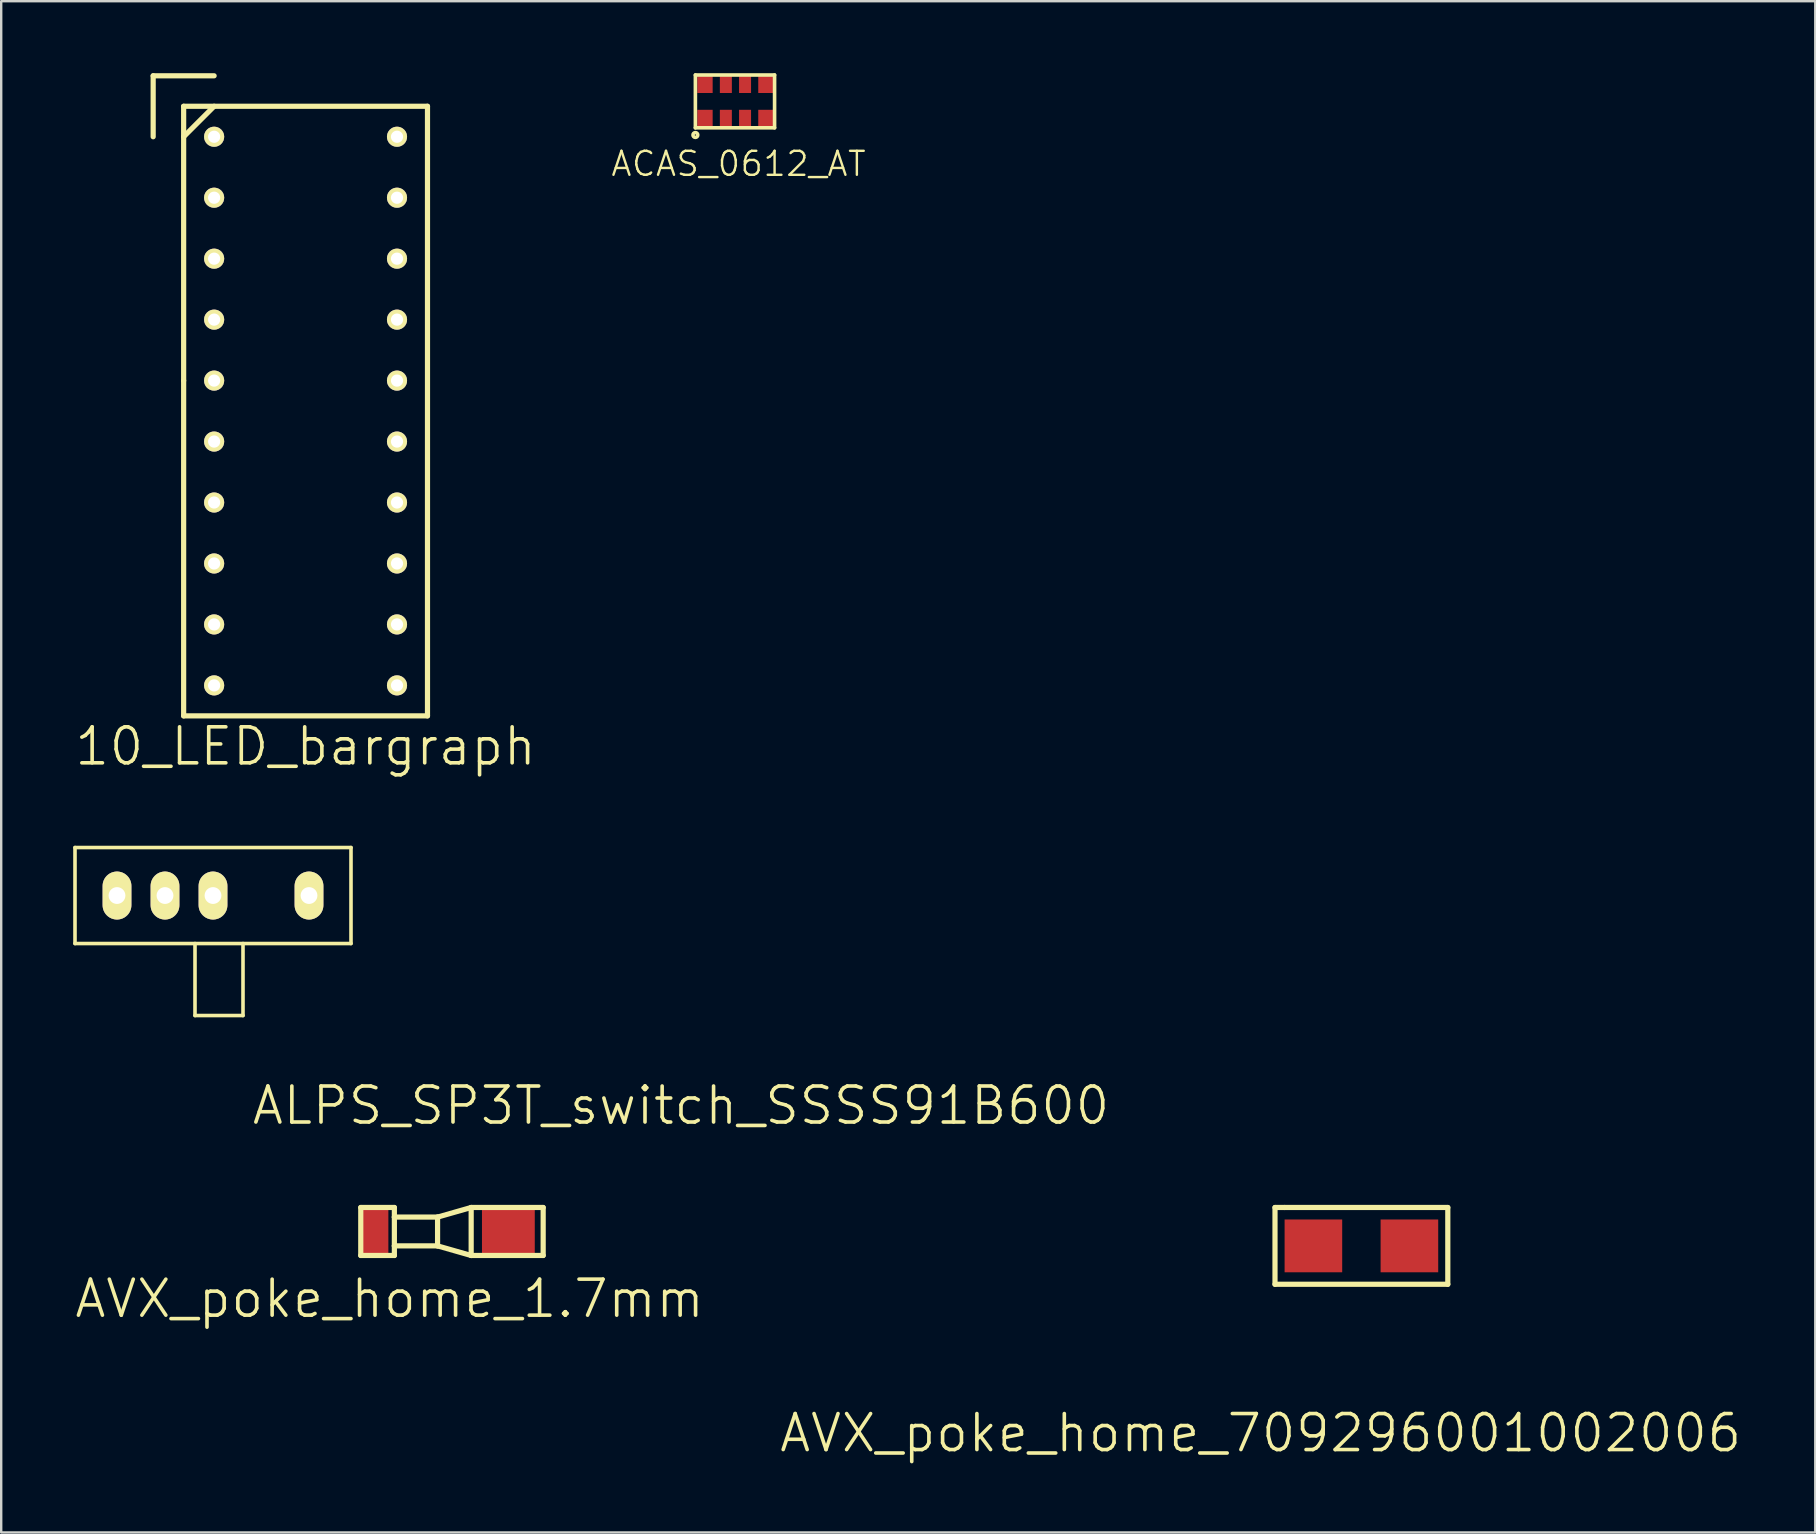
<source format=kicad_pcb>
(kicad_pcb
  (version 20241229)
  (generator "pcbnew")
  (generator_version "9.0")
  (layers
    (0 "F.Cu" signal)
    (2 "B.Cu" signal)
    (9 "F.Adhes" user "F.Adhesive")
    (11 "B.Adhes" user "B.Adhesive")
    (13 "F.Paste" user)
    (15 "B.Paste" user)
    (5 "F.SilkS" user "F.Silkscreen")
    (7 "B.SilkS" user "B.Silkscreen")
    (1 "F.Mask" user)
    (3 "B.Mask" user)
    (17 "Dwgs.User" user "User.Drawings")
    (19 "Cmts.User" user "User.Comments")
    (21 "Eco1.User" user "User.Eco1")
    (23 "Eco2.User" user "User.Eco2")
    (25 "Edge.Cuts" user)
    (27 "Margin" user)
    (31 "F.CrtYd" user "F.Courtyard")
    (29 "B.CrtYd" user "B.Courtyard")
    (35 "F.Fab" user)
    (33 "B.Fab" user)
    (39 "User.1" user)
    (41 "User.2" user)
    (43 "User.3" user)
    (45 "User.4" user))
  (footprint "ALPS_SP3T_switch_SSSS91B600"
    (layer "F.Cu")
    (at 5.825 34.264)
    (property "Reference" "ALPS_SP3T_switch_SSSS91B600" (at 19.5 8.75 0) (layer "F.SilkS") (effects (font (size 1.5 1.5) (thickness 0.15))))
    (attr through_hole)
    (fp_line (start -5.75 -2) (end -5.75 2) (stroke (width 0.15) (type solid)) (layer "F.SilkS"))
    (fp_line (start -0.75 2) (end -0.75 5) (stroke (width 0.15) (type solid)) (layer "F.SilkS"))
    (fp_line (start -0.75 5) (end 1.25 5) (stroke (width 0.15) (type solid)) (layer "F.SilkS"))
    (fp_line (start 1.25 5) (end 1.25 2) (stroke (width 0.15) (type solid)) (layer "F.SilkS"))
    (fp_line (start 5.75 -2) (end -5.75 -2) (stroke (width 0.15) (type solid)) (layer "F.SilkS"))
    (fp_line (start 5.75 -2) (end 5.75 2) (stroke (width 0.15) (type solid)) (layer "F.SilkS"))
    (fp_line (start 5.75 2) (end -5.75 2) (stroke (width 0.15) (type solid)) (layer "F.SilkS"))
    (pad "1" thru_hole oval (at -4 0) (size 1.2 2) (drill 0.7) (layers "*.Cu" "*.Mask" "F.SilkS"))
    (pad "2" thru_hole oval (at -2 0) (size 1.2 2) (drill 0.7) (layers "*.Cu" "*.Mask" "F.SilkS"))
    (pad "3" thru_hole oval (at 0 0) (size 1.2 2) (drill 0.7) (layers "*.Cu" "*.Mask" "F.SilkS"))
    (pad "4" thru_hole oval (at 4 0) (size 1.2 2) (drill 0.7) (layers "*.Cu" "*.Mask" "F.SilkS")))
  (footprint "AVX_poke_home_1.7mm"
    (layer "F.Cu")
    (at 12.582 48.262)
    (property "Reference" "AVX_poke_home_1.7mm" (at 0.6 2.8 0) (layer "F.SilkS") (effects (font (size 1.5 1.5) (thickness 0.15))))
    (attr through_hole)
    (fp_line (start -0.6 -1) (end -0.6 1) (stroke (width 0.216) (type solid)) (layer "F.SilkS"))
    (fp_line (start -0.6 1) (end 0.8 1) (stroke (width 0.216) (type solid)) (layer "F.SilkS"))
    (fp_line (start 0.8 -1) (end -0.6 -1) (stroke (width 0.216) (type solid)) (layer "F.SilkS"))
    (fp_line (start 0.8 -0.6) (end 0.8 -1) (stroke (width 0.216) (type solid)) (layer "F.SilkS"))
    (fp_line (start 0.8 -0.6) (end 2.6 -0.6) (stroke (width 0.216) (type solid)) (layer "F.SilkS"))
    (fp_line (start 0.8 0.6) (end 0.8 -0.6) (stroke (width 0.216) (type solid)) (layer "F.SilkS"))
    (fp_line (start 0.8 1) (end 0.8 0.6) (stroke (width 0.216) (type solid)) (layer "F.SilkS"))
    (fp_line (start 2.6 -0.6) (end 2.6 0.6) (stroke (width 0.216) (type solid)) (layer "F.SilkS"))
    (fp_line (start 2.6 0.6) (end 0.8 0.6) (stroke (width 0.216) (type solid)) (layer "F.SilkS"))
    (fp_line (start 4 -1) (end 2.6 -0.6) (stroke (width 0.216) (type solid)) (layer "F.SilkS"))
    (fp_line (start 4 -1) (end 7 -1) (stroke (width 0.216) (type solid)) (layer "F.SilkS"))
    (fp_line (start 4 1) (end 2.6 0.6) (stroke (width 0.216) (type solid)) (layer "F.SilkS"))
    (fp_line (start 4 1) (end 4 -1) (stroke (width 0.216) (type solid)) (layer "F.SilkS"))
    (fp_line (start 7 -1) (end 7 1) (stroke (width 0.216) (type solid)) (layer "F.SilkS"))
    (fp_line (start 7 1) (end 4 1) (stroke (width 0.216) (type solid)) (layer "F.SilkS"))
    (pad "1" smd rect (at 0 0) (size 1.1 1.8) (layers "F.Cu" "F.Mask" "F.Paste"))
    (pad "1" smd rect (at 5.55 0) (size 2.2 1.8) (layers "F.Cu" "F.Mask" "F.Paste")))
  (footprint "AVX_poke_home_709296001002006"
    (layer "F.Cu")
    (at 51.675 48.862)
    (property "Reference" "AVX_poke_home_709296001002006" (at -2.2 7.8 0) (layer "F.SilkS") (effects (font (size 1.5 1.5) (thickness 0.15))))
    (attr through_hole)
    (fp_line (start -1.6 -1.6) (end -1.6 1.6) (stroke (width 0.216) (type solid)) (layer "F.SilkS"))
    (fp_line (start -1.6 1.6) (end 5.6 1.6) (stroke (width 0.216) (type solid)) (layer "F.SilkS"))
    (fp_line (start -1.2 -1.6) (end -1.6 -1.6) (stroke (width 0.216) (type solid)) (layer "F.SilkS"))
    (fp_line (start 5.6 -1.6) (end -1.2 -1.6) (stroke (width 0.216) (type solid)) (layer "F.SilkS"))
    (fp_line (start 5.6 1.6) (end 5.6 -1.6) (stroke (width 0.216) (type solid)) (layer "F.SilkS"))
    (pad "1" smd rect (at 0 0) (size 2.4 2.2) (layers "F.Cu" "F.Mask" "F.Paste"))
    (pad "1" smd rect (at 4 0) (size 2.4 2.2) (layers "F.Cu" "F.Mask" "F.Paste")))
  (footprint "ACAS_0612_AT"
    (layer "F.Cu")
    (at 26.324 1.875)
    (property "Reference" "ACAS_0612_AT" (at 1.4 1.9 0) (layer "F.SilkS") (effects (font (size 1 1) (thickness 0.1))))
    (attr through_hole)
    (fp_line (start -0.4 -1.8) (end 2.9 -1.8) (stroke (width 0.15) (type solid)) (layer "F.SilkS"))
    (fp_line (start -0.4 0.4) (end -0.4 -1.8) (stroke (width 0.15) (type solid)) (layer "F.SilkS"))
    (fp_line (start 2.9 -1.8) (end 2.9 0.4) (stroke (width 0.15) (type solid)) (layer "F.SilkS"))
    (fp_line (start 2.9 0.4) (end -0.4 0.4) (stroke (width 0.15) (type solid)) (layer "F.SilkS"))
    (fp_circle (center -0.4 0.7) (end -0.5 0.7) (stroke (width 0.15) (type solid)) (fill no) (layer "F.SilkS"))
    (pad "1" smd rect (at 0 0) (size 0.64 0.7) (layers "F.Cu" "F.Mask" "F.Paste"))
    (pad "2" smd rect (at 0.87 0) (size 0.5 0.7) (layers "F.Cu" "F.Mask" "F.Paste"))
    (pad "3" smd rect (at 1.67 0) (size 0.5 0.7) (layers "F.Cu" "F.Mask" "F.Paste"))
    (pad "4" smd rect (at 2.54 0) (size 0.64 0.7) (layers "F.Cu" "F.Mask" "F.Paste"))
    (pad "5" smd rect (at 2.54 -1.4) (size 0.64 0.7) (layers "F.Cu" "F.Mask" "F.Paste"))
    (pad "6" smd rect (at 1.67 -1.4) (size 0.5 0.7) (layers "F.Cu" "F.Mask" "F.Paste"))
    (pad "7" smd rect (at 0.87 -1.4) (size 0.5 0.7) (layers "F.Cu" "F.Mask" "F.Paste"))
    (pad "8" smd rect (at 0 -1.4) (size 0.64 0.7) (layers "F.Cu" "F.Mask" "F.Paste")))
  (footprint "10_LED_bargraph"
    (layer "F.Cu")
    (at 9.682 12.808)
    (property "Reference" "10_LED_bargraph" (at 0 15.24 0) (layer "F.SilkS") (effects (font (size 1.5 1.5) (thickness 0.15))))
    (attr through_hole)
    (fp_line (start -6.35 -12.7) (end -6.35 -10.16) (stroke (width 0.216) (type solid)) (layer "F.SilkS"))
    (fp_line (start -5.08 -11.43) (end 5.08 -11.43) (stroke (width 0.216) (type solid)) (layer "F.SilkS"))
    (fp_line (start -5.08 -10.16) (end -3.81 -11.43) (stroke (width 0.216) (type solid)) (layer "F.SilkS"))
    (fp_line (start -5.08 0) (end -5.08 -11.43) (stroke (width 0.216) (type solid)) (layer "F.SilkS"))
    (fp_line (start -5.08 13.97) (end -5.08 0) (stroke (width 0.216) (type solid)) (layer "F.SilkS"))
    (fp_line (start -3.81 -12.7) (end -6.35 -12.7) (stroke (width 0.216) (type solid)) (layer "F.SilkS"))
    (fp_line (start 5.08 -11.43) (end 5.08 13.97) (stroke (width 0.216) (type solid)) (layer "F.SilkS"))
    (fp_line (start 5.08 13.97) (end -5.08 13.97) (stroke (width 0.216) (type solid)) (layer "F.SilkS"))
    (pad "1" thru_hole circle (at -3.81 -10.16) (size 0.838 0.838) (drill 0.508) (layers "*.Cu" "*.Mask" "F.SilkS"))
    (pad "2" thru_hole circle (at -3.81 -7.62) (size 0.838 0.838) (drill 0.508) (layers "*.Cu" "*.Mask" "F.SilkS"))
    (pad "3" thru_hole circle (at -3.81 -5.08) (size 0.838 0.838) (drill 0.508) (layers "*.Cu" "*.Mask" "F.SilkS"))
    (pad "4" thru_hole circle (at -3.81 -2.54) (size 0.838 0.838) (drill 0.508) (layers "*.Cu" "*.Mask" "F.SilkS"))
    (pad "5" thru_hole circle (at -3.81 0) (size 0.838 0.838) (drill 0.508) (layers "*.Cu" "*.Mask" "F.SilkS"))
    (pad "6" thru_hole circle (at -3.81 2.54) (size 0.838 0.838) (drill 0.508) (layers "*.Cu" "*.Mask" "F.SilkS"))
    (pad "7" thru_hole circle (at -3.81 5.08) (size 0.838 0.838) (drill 0.508) (layers "*.Cu" "*.Mask" "F.SilkS"))
    (pad "8" thru_hole circle (at -3.81 7.62) (size 0.838 0.838) (drill 0.508) (layers "*.Cu" "*.Mask" "F.SilkS"))
    (pad "9" thru_hole circle (at -3.81 10.16) (size 0.838 0.838) (drill 0.508) (layers "*.Cu" "*.Mask" "F.SilkS"))
    (pad "10" thru_hole circle (at -3.81 12.7) (size 0.838 0.838) (drill 0.508) (layers "*.Cu" "*.Mask" "F.SilkS"))
    (pad "11" thru_hole circle (at 3.81 12.7) (size 0.838 0.838) (drill 0.508) (layers "*.Cu" "*.Mask" "F.SilkS"))
    (pad "12" thru_hole circle (at 3.81 10.16) (size 0.838 0.838) (drill 0.508) (layers "*.Cu" "*.Mask" "F.SilkS"))
    (pad "13" thru_hole circle (at 3.81 7.62) (size 0.838 0.838) (drill 0.508) (layers "*.Cu" "*.Mask" "F.SilkS"))
    (pad "14" thru_hole circle (at 3.81 5.08) (size 0.838 0.838) (drill 0.508) (layers "*.Cu" "*.Mask" "F.SilkS"))
    (pad "15" thru_hole circle (at 3.81 2.54) (size 0.838 0.838) (drill 0.508) (layers "*.Cu" "*.Mask" "F.SilkS"))
    (pad "16" thru_hole circle (at 3.81 0) (size 0.838 0.838) (drill 0.508) (layers "*.Cu" "*.Mask" "F.SilkS"))
    (pad "17" thru_hole circle (at 3.81 -2.54) (size 0.838 0.838) (drill 0.508) (layers "*.Cu" "*.Mask" "F.SilkS"))
    (pad "18" thru_hole circle (at 3.81 -5.08) (size 0.838 0.838) (drill 0.508) (layers "*.Cu" "*.Mask" "F.SilkS"))
    (pad "19" thru_hole circle (at 3.81 -7.62) (size 0.838 0.838) (drill 0.508) (layers "*.Cu" "*.Mask" "F.SilkS"))
    (pad "20" thru_hole circle (at 3.81 -10.16) (size 0.838 0.838) (drill 0.508) (layers "*.Cu" "*.Mask" "F.SilkS")))
  (gr_rect
    (start -3 -3)
    (end 72.586 60.803)
    (stroke (width 0.1) (type default))
    (fill no)
    (layer "Edge.Cuts")))
</source>
